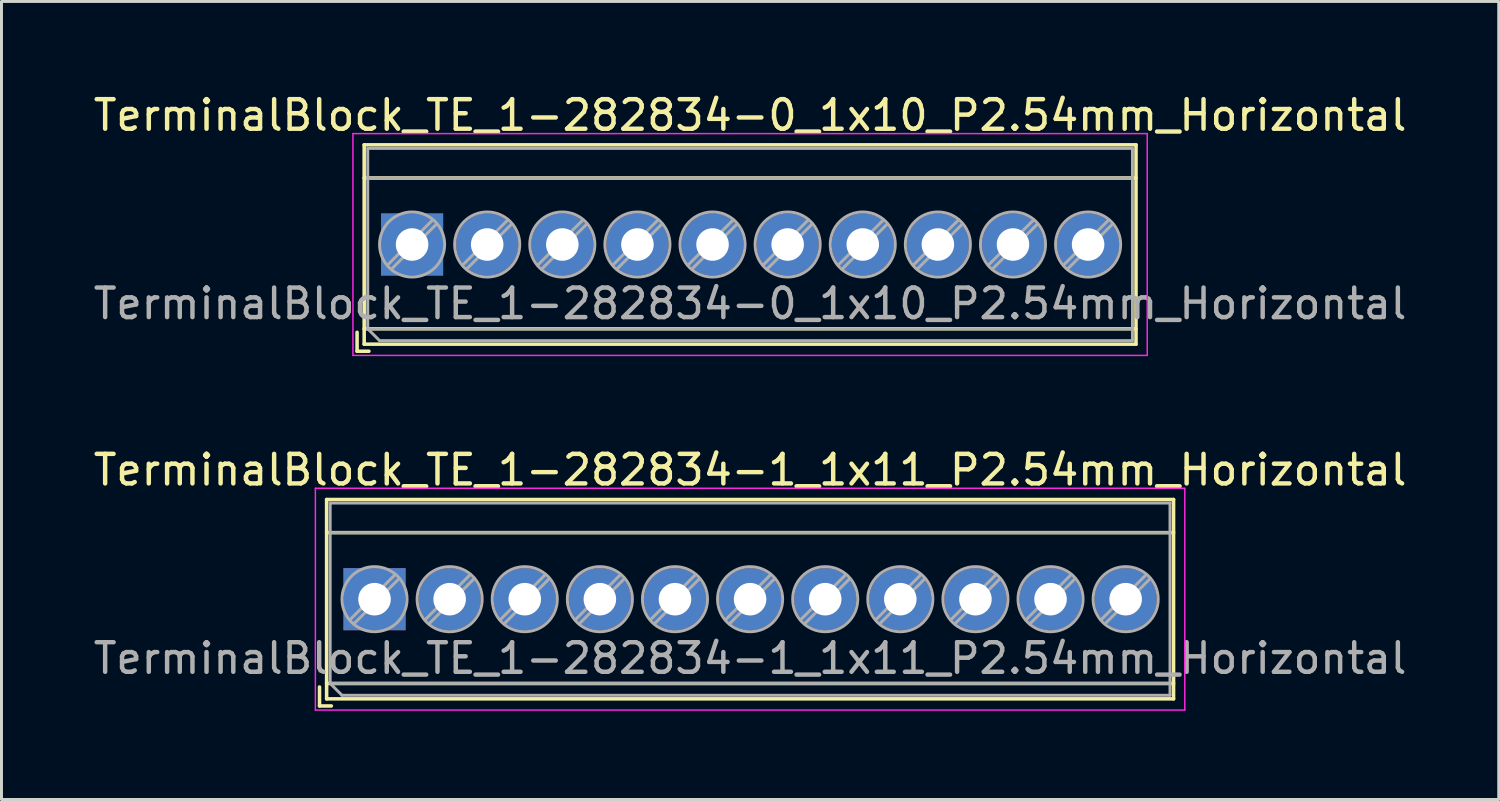
<source format=kicad_pcb>
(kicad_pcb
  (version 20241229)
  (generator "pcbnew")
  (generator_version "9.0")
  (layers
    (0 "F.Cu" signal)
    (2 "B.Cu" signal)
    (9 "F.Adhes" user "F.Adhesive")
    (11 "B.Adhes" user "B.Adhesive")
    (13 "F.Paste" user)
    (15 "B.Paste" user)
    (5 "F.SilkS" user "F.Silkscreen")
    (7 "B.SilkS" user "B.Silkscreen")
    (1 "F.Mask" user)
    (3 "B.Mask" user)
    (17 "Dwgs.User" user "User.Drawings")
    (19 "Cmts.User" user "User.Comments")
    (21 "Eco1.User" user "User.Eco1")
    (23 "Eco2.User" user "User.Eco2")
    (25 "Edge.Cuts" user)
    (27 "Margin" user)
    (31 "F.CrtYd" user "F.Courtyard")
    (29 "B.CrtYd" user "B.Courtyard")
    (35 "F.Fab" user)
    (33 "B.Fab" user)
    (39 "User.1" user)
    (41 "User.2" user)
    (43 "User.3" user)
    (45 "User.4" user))
  (footprint "TerminalBlock_TE_1-282834-0_1x10_P2.54mm_Horizontal"
    (layer "F.Cu")
    (at 10.885 5.218)
    (property "Reference" "TerminalBlock_TE_1-282834-0_1x10_P2.54mm_Horizontal" (at 11.43 -4.37 0) (layer "F.SilkS") (effects (font (size 1 1) (thickness 0.15))))
    (attr through_hole)
    (fp_line (start -1.86 2.97) (end -1.86 3.61) (stroke (width 0.12) (type solid)) (layer "F.SilkS"))
    (fp_line (start -1.86 3.61) (end -1.46 3.61) (stroke (width 0.12) (type solid)) (layer "F.SilkS"))
    (fp_line (start -1.62 -3.37) (end -1.62 3.37) (stroke (width 0.12) (type solid)) (layer "F.SilkS"))
    (fp_line (start -1.62 -3.37) (end 24.48 -3.37) (stroke (width 0.12) (type solid)) (layer "F.SilkS"))
    (fp_line (start -1.62 -2.25) (end 24.48 -2.25) (stroke (width 0.12) (type solid)) (layer "F.SilkS"))
    (fp_line (start -1.62 2.85) (end 24.48 2.85) (stroke (width 0.12) (type solid)) (layer "F.SilkS"))
    (fp_line (start -1.62 3.37) (end 24.48 3.37) (stroke (width 0.12) (type solid)) (layer "F.SilkS"))
    (fp_line (start 24.48 -3.37) (end 24.48 3.37) (stroke (width 0.12) (type solid)) (layer "F.SilkS"))
    (fp_line (start -2 -3.75) (end -2 3.75) (stroke (width 0.05) (type solid)) (layer "F.CrtYd"))
    (fp_line (start -2 3.75) (end 24.86 3.75) (stroke (width 0.05) (type solid)) (layer "F.CrtYd"))
    (fp_line (start 24.86 -3.75) (end -2 -3.75) (stroke (width 0.05) (type solid)) (layer "F.CrtYd"))
    (fp_line (start 24.86 3.75) (end 24.86 -3.75) (stroke (width 0.05) (type solid)) (layer "F.CrtYd"))
    (fp_line (start -1.5 -3.25) (end 24.36 -3.25) (stroke (width 0.1) (type solid)) (layer "F.Fab"))
    (fp_line (start -1.5 -2.25) (end 24.36 -2.25) (stroke (width 0.1) (type solid)) (layer "F.Fab"))
    (fp_line (start -1.5 2.85) (end -1.5 -3.25) (stroke (width 0.1) (type solid)) (layer "F.Fab"))
    (fp_line (start -1.5 2.85) (end 24.36 2.85) (stroke (width 0.1) (type solid)) (layer "F.Fab"))
    (fp_line (start -1.1 3.25) (end -1.5 2.85) (stroke (width 0.1) (type solid)) (layer "F.Fab"))
    (fp_line (start 0.701 -0.835) (end -0.835 0.7) (stroke (width 0.1) (type solid)) (layer "F.Fab"))
    (fp_line (start 0.835 -0.7) (end -0.701 0.835) (stroke (width 0.1) (type solid)) (layer "F.Fab"))
    (fp_line (start 3.241 -0.835) (end 1.706 0.7) (stroke (width 0.1) (type solid)) (layer "F.Fab"))
    (fp_line (start 3.375 -0.7) (end 1.84 0.835) (stroke (width 0.1) (type solid)) (layer "F.Fab"))
    (fp_line (start 5.781 -0.835) (end 4.246 0.7) (stroke (width 0.1) (type solid)) (layer "F.Fab"))
    (fp_line (start 5.915 -0.7) (end 4.38 0.835) (stroke (width 0.1) (type solid)) (layer "F.Fab"))
    (fp_line (start 8.321 -0.835) (end 6.786 0.7) (stroke (width 0.1) (type solid)) (layer "F.Fab"))
    (fp_line (start 8.455 -0.7) (end 6.92 0.835) (stroke (width 0.1) (type solid)) (layer "F.Fab"))
    (fp_line (start 10.861 -0.835) (end 9.326 0.7) (stroke (width 0.1) (type solid)) (layer "F.Fab"))
    (fp_line (start 10.995 -0.7) (end 9.46 0.835) (stroke (width 0.1) (type solid)) (layer "F.Fab"))
    (fp_line (start 13.401 -0.835) (end 11.866 0.7) (stroke (width 0.1) (type solid)) (layer "F.Fab"))
    (fp_line (start 13.535 -0.7) (end 12 0.835) (stroke (width 0.1) (type solid)) (layer "F.Fab"))
    (fp_line (start 15.941 -0.835) (end 14.406 0.7) (stroke (width 0.1) (type solid)) (layer "F.Fab"))
    (fp_line (start 16.075 -0.7) (end 14.54 0.835) (stroke (width 0.1) (type solid)) (layer "F.Fab"))
    (fp_line (start 18.481 -0.835) (end 16.946 0.7) (stroke (width 0.1) (type solid)) (layer "F.Fab"))
    (fp_line (start 18.615 -0.7) (end 17.08 0.835) (stroke (width 0.1) (type solid)) (layer "F.Fab"))
    (fp_line (start 21.021 -0.835) (end 19.486 0.7) (stroke (width 0.1) (type solid)) (layer "F.Fab"))
    (fp_line (start 21.155 -0.7) (end 19.62 0.835) (stroke (width 0.1) (type solid)) (layer "F.Fab"))
    (fp_line (start 23.561 -0.835) (end 22.026 0.7) (stroke (width 0.1) (type solid)) (layer "F.Fab"))
    (fp_line (start 23.695 -0.7) (end 22.16 0.835) (stroke (width 0.1) (type solid)) (layer "F.Fab"))
    (fp_line (start 24.36 -3.25) (end 24.36 3.25) (stroke (width 0.1) (type solid)) (layer "F.Fab"))
    (fp_line (start 24.36 3.25) (end -1.1 3.25) (stroke (width 0.1) (type solid)) (layer "F.Fab"))
    (fp_circle (center 0 0) (end 1.1 0) (stroke (width 0.1) (type solid)) (fill no) (layer "F.Fab"))
    (fp_circle (center 2.54 0) (end 3.64 0) (stroke (width 0.1) (type solid)) (fill no) (layer "F.Fab"))
    (fp_circle (center 5.08 0) (end 6.18 0) (stroke (width 0.1) (type solid)) (fill no) (layer "F.Fab"))
    (fp_circle (center 7.62 0) (end 8.72 0) (stroke (width 0.1) (type solid)) (fill no) (layer "F.Fab"))
    (fp_circle (center 10.16 0) (end 11.26 0) (stroke (width 0.1) (type solid)) (fill no) (layer "F.Fab"))
    (fp_circle (center 12.7 0) (end 13.8 0) (stroke (width 0.1) (type solid)) (fill no) (layer "F.Fab"))
    (fp_circle (center 15.24 0) (end 16.34 0) (stroke (width 0.1) (type solid)) (fill no) (layer "F.Fab"))
    (fp_circle (center 17.78 0) (end 18.88 0) (stroke (width 0.1) (type solid)) (fill no) (layer "F.Fab"))
    (fp_circle (center 20.32 0) (end 21.42 0) (stroke (width 0.1) (type solid)) (fill no) (layer "F.Fab"))
    (fp_circle (center 22.86 0) (end 23.96 0) (stroke (width 0.1) (type solid)) (fill no) (layer "F.Fab"))
    (fp_text user "${REFERENCE}" (at 11.43 2 0) (layer "F.Fab") (effects (font (size 1 1) (thickness 0.15))))
    (pad "1" thru_hole rect (at 0 0) (size 2.1 2.1) (drill 1.1) (layers "*.Cu" "*.Mask"))
    (pad "2" thru_hole circle (at 2.54 0) (size 2.1 2.1) (drill 1.1) (layers "*.Cu" "*.Mask"))
    (pad "3" thru_hole circle (at 5.08 0) (size 2.1 2.1) (drill 1.1) (layers "*.Cu" "*.Mask"))
    (pad "4" thru_hole circle (at 7.62 0) (size 2.1 2.1) (drill 1.1) (layers "*.Cu" "*.Mask"))
    (pad "5" thru_hole circle (at 10.16 0) (size 2.1 2.1) (drill 1.1) (layers "*.Cu" "*.Mask"))
    (pad "6" thru_hole circle (at 12.7 0) (size 2.1 2.1) (drill 1.1) (layers "*.Cu" "*.Mask"))
    (pad "7" thru_hole circle (at 15.24 0) (size 2.1 2.1) (drill 1.1) (layers "*.Cu" "*.Mask"))
    (pad "8" thru_hole circle (at 17.78 0) (size 2.1 2.1) (drill 1.1) (layers "*.Cu" "*.Mask"))
    (pad "9" thru_hole circle (at 20.32 0) (size 2.1 2.1) (drill 1.1) (layers "*.Cu" "*.Mask"))
    (pad "10" thru_hole circle (at 22.86 0) (size 2.1 2.1) (drill 1.1) (layers "*.Cu" "*.Mask")))
  (footprint "TerminalBlock_TE_1-282834-1_1x11_P2.54mm_Horizontal"
    (layer "F.Cu")
    (at 9.615 17.212)
    (property "Reference" "TerminalBlock_TE_1-282834-1_1x11_P2.54mm_Horizontal" (at 12.7 -4.37 0) (layer "F.SilkS") (effects (font (size 1 1) (thickness 0.15))))
    (attr through_hole)
    (fp_line (start -1.86 2.97) (end -1.86 3.61) (stroke (width 0.12) (type solid)) (layer "F.SilkS"))
    (fp_line (start -1.86 3.61) (end -1.46 3.61) (stroke (width 0.12) (type solid)) (layer "F.SilkS"))
    (fp_line (start -1.62 -3.37) (end -1.62 3.37) (stroke (width 0.12) (type solid)) (layer "F.SilkS"))
    (fp_line (start -1.62 -3.37) (end 27.02 -3.37) (stroke (width 0.12) (type solid)) (layer "F.SilkS"))
    (fp_line (start -1.62 -2.25) (end 27.02 -2.25) (stroke (width 0.12) (type solid)) (layer "F.SilkS"))
    (fp_line (start -1.62 2.85) (end 27.02 2.85) (stroke (width 0.12) (type solid)) (layer "F.SilkS"))
    (fp_line (start -1.62 3.37) (end 27.02 3.37) (stroke (width 0.12) (type solid)) (layer "F.SilkS"))
    (fp_line (start 27.02 -3.37) (end 27.02 3.37) (stroke (width 0.12) (type solid)) (layer "F.SilkS"))
    (fp_line (start -2 -3.75) (end -2 3.75) (stroke (width 0.05) (type solid)) (layer "F.CrtYd"))
    (fp_line (start -2 3.75) (end 27.4 3.75) (stroke (width 0.05) (type solid)) (layer "F.CrtYd"))
    (fp_line (start 27.4 -3.75) (end -2 -3.75) (stroke (width 0.05) (type solid)) (layer "F.CrtYd"))
    (fp_line (start 27.4 3.75) (end 27.4 -3.75) (stroke (width 0.05) (type solid)) (layer "F.CrtYd"))
    (fp_line (start -1.5 -3.25) (end 26.9 -3.25) (stroke (width 0.1) (type solid)) (layer "F.Fab"))
    (fp_line (start -1.5 -2.25) (end 26.9 -2.25) (stroke (width 0.1) (type solid)) (layer "F.Fab"))
    (fp_line (start -1.5 2.85) (end -1.5 -3.25) (stroke (width 0.1) (type solid)) (layer "F.Fab"))
    (fp_line (start -1.5 2.85) (end 26.9 2.85) (stroke (width 0.1) (type solid)) (layer "F.Fab"))
    (fp_line (start -1.1 3.25) (end -1.5 2.85) (stroke (width 0.1) (type solid)) (layer "F.Fab"))
    (fp_line (start 0.701 -0.835) (end -0.835 0.7) (stroke (width 0.1) (type solid)) (layer "F.Fab"))
    (fp_line (start 0.835 -0.7) (end -0.701 0.835) (stroke (width 0.1) (type solid)) (layer "F.Fab"))
    (fp_line (start 3.241 -0.835) (end 1.706 0.7) (stroke (width 0.1) (type solid)) (layer "F.Fab"))
    (fp_line (start 3.375 -0.7) (end 1.84 0.835) (stroke (width 0.1) (type solid)) (layer "F.Fab"))
    (fp_line (start 5.781 -0.835) (end 4.246 0.7) (stroke (width 0.1) (type solid)) (layer "F.Fab"))
    (fp_line (start 5.915 -0.7) (end 4.38 0.835) (stroke (width 0.1) (type solid)) (layer "F.Fab"))
    (fp_line (start 8.321 -0.835) (end 6.786 0.7) (stroke (width 0.1) (type solid)) (layer "F.Fab"))
    (fp_line (start 8.455 -0.7) (end 6.92 0.835) (stroke (width 0.1) (type solid)) (layer "F.Fab"))
    (fp_line (start 10.861 -0.835) (end 9.326 0.7) (stroke (width 0.1) (type solid)) (layer "F.Fab"))
    (fp_line (start 10.995 -0.7) (end 9.46 0.835) (stroke (width 0.1) (type solid)) (layer "F.Fab"))
    (fp_line (start 13.401 -0.835) (end 11.866 0.7) (stroke (width 0.1) (type solid)) (layer "F.Fab"))
    (fp_line (start 13.535 -0.7) (end 12 0.835) (stroke (width 0.1) (type solid)) (layer "F.Fab"))
    (fp_line (start 15.941 -0.835) (end 14.406 0.7) (stroke (width 0.1) (type solid)) (layer "F.Fab"))
    (fp_line (start 16.075 -0.7) (end 14.54 0.835) (stroke (width 0.1) (type solid)) (layer "F.Fab"))
    (fp_line (start 18.481 -0.835) (end 16.946 0.7) (stroke (width 0.1) (type solid)) (layer "F.Fab"))
    (fp_line (start 18.615 -0.7) (end 17.08 0.835) (stroke (width 0.1) (type solid)) (layer "F.Fab"))
    (fp_line (start 21.021 -0.835) (end 19.486 0.7) (stroke (width 0.1) (type solid)) (layer "F.Fab"))
    (fp_line (start 21.155 -0.7) (end 19.62 0.835) (stroke (width 0.1) (type solid)) (layer "F.Fab"))
    (fp_line (start 23.561 -0.835) (end 22.026 0.7) (stroke (width 0.1) (type solid)) (layer "F.Fab"))
    (fp_line (start 23.695 -0.7) (end 22.16 0.835) (stroke (width 0.1) (type solid)) (layer "F.Fab"))
    (fp_line (start 26.101 -0.835) (end 24.566 0.7) (stroke (width 0.1) (type solid)) (layer "F.Fab"))
    (fp_line (start 26.235 -0.7) (end 24.7 0.835) (stroke (width 0.1) (type solid)) (layer "F.Fab"))
    (fp_line (start 26.9 -3.25) (end 26.9 3.25) (stroke (width 0.1) (type solid)) (layer "F.Fab"))
    (fp_line (start 26.9 3.25) (end -1.1 3.25) (stroke (width 0.1) (type solid)) (layer "F.Fab"))
    (fp_circle (center 0 0) (end 1.1 0) (stroke (width 0.1) (type solid)) (fill no) (layer "F.Fab"))
    (fp_circle (center 2.54 0) (end 3.64 0) (stroke (width 0.1) (type solid)) (fill no) (layer "F.Fab"))
    (fp_circle (center 5.08 0) (end 6.18 0) (stroke (width 0.1) (type solid)) (fill no) (layer "F.Fab"))
    (fp_circle (center 7.62 0) (end 8.72 0) (stroke (width 0.1) (type solid)) (fill no) (layer "F.Fab"))
    (fp_circle (center 10.16 0) (end 11.26 0) (stroke (width 0.1) (type solid)) (fill no) (layer "F.Fab"))
    (fp_circle (center 12.7 0) (end 13.8 0) (stroke (width 0.1) (type solid)) (fill no) (layer "F.Fab"))
    (fp_circle (center 15.24 0) (end 16.34 0) (stroke (width 0.1) (type solid)) (fill no) (layer "F.Fab"))
    (fp_circle (center 17.78 0) (end 18.88 0) (stroke (width 0.1) (type solid)) (fill no) (layer "F.Fab"))
    (fp_circle (center 20.32 0) (end 21.42 0) (stroke (width 0.1) (type solid)) (fill no) (layer "F.Fab"))
    (fp_circle (center 22.86 0) (end 23.96 0) (stroke (width 0.1) (type solid)) (fill no) (layer "F.Fab"))
    (fp_circle (center 25.4 0) (end 26.5 0) (stroke (width 0.1) (type solid)) (fill no) (layer "F.Fab"))
    (fp_text user "${REFERENCE}" (at 12.7 2 0) (layer "F.Fab") (effects (font (size 1 1) (thickness 0.15))))
    (pad "1" thru_hole rect (at 0 0) (size 2.1 2.1) (drill 1.1) (layers "*.Cu" "*.Mask"))
    (pad "2" thru_hole circle (at 2.54 0) (size 2.1 2.1) (drill 1.1) (layers "*.Cu" "*.Mask"))
    (pad "3" thru_hole circle (at 5.08 0) (size 2.1 2.1) (drill 1.1) (layers "*.Cu" "*.Mask"))
    (pad "4" thru_hole circle (at 7.62 0) (size 2.1 2.1) (drill 1.1) (layers "*.Cu" "*.Mask"))
    (pad "5" thru_hole circle (at 10.16 0) (size 2.1 2.1) (drill 1.1) (layers "*.Cu" "*.Mask"))
    (pad "6" thru_hole circle (at 12.7 0) (size 2.1 2.1) (drill 1.1) (layers "*.Cu" "*.Mask"))
    (pad "7" thru_hole circle (at 15.24 0) (size 2.1 2.1) (drill 1.1) (layers "*.Cu" "*.Mask"))
    (pad "8" thru_hole circle (at 17.78 0) (size 2.1 2.1) (drill 1.1) (layers "*.Cu" "*.Mask"))
    (pad "9" thru_hole circle (at 20.32 0) (size 2.1 2.1) (drill 1.1) (layers "*.Cu" "*.Mask"))
    (pad "10" thru_hole circle (at 22.86 0) (size 2.1 2.1) (drill 1.1) (layers "*.Cu" "*.Mask"))
    (pad "11" thru_hole circle (at 25.4 0) (size 2.1 2.1) (drill 1.1) (layers "*.Cu" "*.Mask")))
  (gr_rect
    (start -3 -3)
    (end 47.631 23.986)
    (stroke (width 0.1) (type default))
    (fill no)
    (layer "Edge.Cuts")))
</source>
